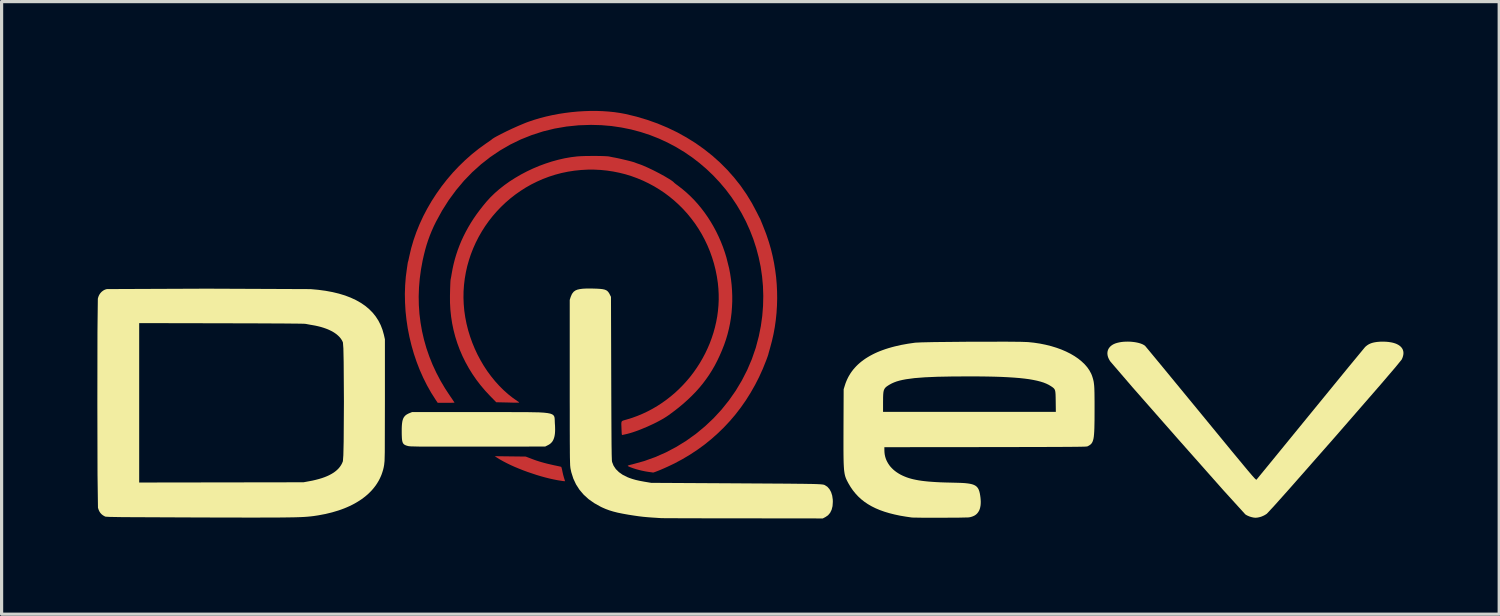
<source format=kicad_pcb>
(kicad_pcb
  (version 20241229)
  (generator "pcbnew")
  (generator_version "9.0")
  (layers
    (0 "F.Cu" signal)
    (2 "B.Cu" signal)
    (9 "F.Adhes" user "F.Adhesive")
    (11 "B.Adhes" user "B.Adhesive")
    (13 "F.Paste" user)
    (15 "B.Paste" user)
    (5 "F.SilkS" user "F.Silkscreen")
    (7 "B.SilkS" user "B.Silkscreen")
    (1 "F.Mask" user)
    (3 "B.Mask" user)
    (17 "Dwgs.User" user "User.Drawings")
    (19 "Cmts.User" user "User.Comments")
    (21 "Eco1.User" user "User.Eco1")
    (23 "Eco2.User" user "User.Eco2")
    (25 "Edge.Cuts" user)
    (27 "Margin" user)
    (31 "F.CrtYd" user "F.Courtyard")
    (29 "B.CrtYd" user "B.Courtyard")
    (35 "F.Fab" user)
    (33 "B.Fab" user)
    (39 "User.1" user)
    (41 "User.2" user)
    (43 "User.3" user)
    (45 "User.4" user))
  (footprint "logo_full"
    (layer "F.Cu")
    (at 15.449 5.994)
    (property "Reference" "logo_full" (at 1.092 0.914 0) (layer "User.1") (effects (font (size 1.5 1.5) (thickness 0.3))))
    (attr board_only exclude_from_pos_files exclude_from_bom)
    (fp_poly (pts (xy -2.514 5.253) (xy -2.029 5.259) (xy -1.846 5.329) (xy -1.769 5.358) (xy -1.689 5.386) (xy -1.608 5.412) (xy -1.524 5.437) (xy -1.436 5.461) (xy -1.343 5.485) (xy -1.244 5.508) (xy -1.138 5.532) (xy -0.991 5.563) (xy -0.922 5.579) (xy -0.921 5.579) (xy -0.92 5.58) (xy -0.919 5.581) (xy -0.918 5.582) (xy -0.916 5.586) (xy -0.914 5.59) (xy -0.912 5.596) (xy -0.91 5.602) (xy -0.907 5.61) (xy -0.905 5.618) (xy -0.902 5.627) (xy -0.9 5.637) (xy -0.897 5.648) (xy -0.894 5.659) (xy -0.891 5.67) (xy -0.889 5.682) (xy -0.886 5.695) (xy -0.884 5.708) (xy -0.878 5.735) (xy -0.872 5.764) (xy -0.865 5.794) (xy -0.858 5.825) (xy -0.85 5.855) (xy -0.842 5.883) (xy -0.835 5.909) (xy -0.828 5.932) (xy -0.797 6.031) (xy -0.826 6.029) (xy -0.84 6.028) (xy -0.858 6.026) (xy -0.877 6.024) (xy -0.895 6.021) (xy -0.895 6.021) (xy -1.018 6.002) (xy -1.146 5.977) (xy -1.278 5.948) (xy -1.414 5.914) (xy -1.552 5.876) (xy -1.692 5.834) (xy -1.97 5.741) (xy -2.108 5.69) (xy -2.242 5.637) (xy -2.372 5.583) (xy -2.497 5.527) (xy -2.616 5.469) (xy -2.728 5.411) (xy -2.832 5.353) (xy -2.926 5.295) (xy -3 5.247)) (stroke (width 0) (type solid)) (fill yes) (layer "F.Cu"))
    (fp_poly (pts (xy 0.191 -5.569) (xy 0.383 -5.562) (xy 0.571 -5.549) (xy 0.754 -5.53) (xy 0.931 -5.504) (xy 1.102 -5.472) (xy 1.444 -5.389) (xy 1.776 -5.29) (xy 2.1 -5.175) (xy 2.413 -5.044) (xy 2.717 -4.898) (xy 3.009 -4.736) (xy 3.29 -4.561) (xy 3.558 -4.371) (xy 3.815 -4.167) (xy 4.058 -3.95) (xy 4.287 -3.72) (xy 4.502 -3.477) (xy 4.703 -3.223) (xy 4.888 -2.956) (xy 5.057 -2.679) (xy 5.21 -2.39) (xy 5.243 -2.324) (xy 5.271 -2.268) (xy 5.292 -2.227) (xy 5.299 -2.215) (xy 5.303 -2.208) (xy 5.314 -2.186) (xy 5.335 -2.136) (xy 5.398 -1.982) (xy 5.467 -1.806) (xy 5.497 -1.729) (xy 5.519 -1.667) (xy 5.589 -1.457) (xy 5.651 -1.243) (xy 5.704 -1.026) (xy 5.749 -0.807) (xy 5.785 -0.586) (xy 5.814 -0.363) (xy 5.833 -0.139) (xy 5.844 0.085) (xy 5.847 0.31) (xy 5.841 0.534) (xy 5.827 0.758) (xy 5.804 0.981) (xy 5.773 1.201) (xy 5.733 1.42) (xy 5.684 1.636) (xy 5.627 1.849) (xy 5.588 1.987) (xy 5.575 2.034) (xy 5.569 2.059) (xy 5.567 2.067) (xy 5.562 2.081) (xy 5.556 2.1) (xy 5.548 2.124) (xy 5.527 2.181) (xy 5.503 2.246) (xy 5.397 2.511) (xy 5.28 2.769) (xy 5.152 3.019) (xy 5.014 3.261) (xy 4.867 3.495) (xy 4.709 3.721) (xy 4.542 3.938) (xy 4.365 4.146) (xy 4.179 4.345) (xy 3.983 4.535) (xy 3.779 4.716) (xy 3.566 4.888) (xy 3.344 5.049) (xy 3.113 5.201) (xy 2.874 5.343) (xy 2.627 5.475) (xy 2.523 5.525) (xy 2.413 5.577) (xy 2.301 5.627) (xy 2.195 5.673) (xy 2.101 5.711) (xy 2.025 5.74) (xy 1.974 5.757) (xy 1.959 5.76) (xy 1.955 5.76) (xy 1.953 5.759) (xy 1.953 5.759) (xy 1.953 5.759) (xy 1.952 5.758) (xy 1.951 5.758) (xy 1.949 5.758) (xy 1.946 5.757) (xy 1.94 5.756) (xy 1.934 5.755) (xy 1.927 5.754) (xy 1.92 5.753) (xy 1.912 5.752) (xy 1.912 5.752) (xy 1.817 5.739) (xy 1.719 5.723) (xy 1.621 5.703) (xy 1.525 5.68) (xy 1.433 5.655) (xy 1.347 5.628) (xy 1.268 5.6) (xy 1.233 5.586) (xy 1.2 5.571) (xy 1.19 5.567) (xy 1.186 5.564) (xy 1.182 5.562) (xy 1.178 5.56) (xy 1.175 5.558) (xy 1.173 5.557) (xy 1.171 5.555) (xy 1.169 5.553) (xy 1.169 5.552) (xy 1.168 5.551) (xy 1.168 5.55) (xy 1.168 5.55) (xy 1.168 5.549) (xy 1.168 5.548) (xy 1.168 5.547) (xy 1.169 5.546) (xy 1.169 5.545) (xy 1.17 5.545) (xy 1.172 5.543) (xy 1.175 5.541) (xy 1.178 5.539) (xy 1.182 5.537) (xy 1.186 5.536) (xy 1.192 5.534) (xy 1.198 5.532) (xy 1.204 5.529) (xy 1.22 5.525) (xy 1.239 5.52) (xy 1.261 5.514) (xy 1.286 5.508) (xy 1.315 5.501) (xy 1.675 5.401) (xy 2.025 5.276) (xy 2.364 5.127) (xy 2.691 4.954) (xy 3.005 4.76) (xy 3.304 4.545) (xy 3.588 4.31) (xy 3.856 4.057) (xy 4.106 3.786) (xy 4.337 3.498) (xy 4.549 3.195) (xy 4.739 2.878) (xy 4.908 2.548) (xy 5.054 2.206) (xy 5.176 1.853) (xy 5.272 1.49) (xy 5.336 1.171) (xy 5.38 0.854) (xy 5.405 0.539) (xy 5.412 0.226) (xy 5.402 -0.082) (xy 5.374 -0.387) (xy 5.33 -0.688) (xy 5.268 -0.983) (xy 5.191 -1.273) (xy 5.099 -1.557) (xy 4.991 -1.834) (xy 4.869 -2.104) (xy 4.732 -2.366) (xy 4.582 -2.62) (xy 4.418 -2.865) (xy 4.242 -3.1) (xy 4.052 -3.325) (xy 3.851 -3.54) (xy 3.638 -3.744) (xy 3.414 -3.936) (xy 3.18 -4.116) (xy 2.935 -4.283) (xy 2.68 -4.437) (xy 2.416 -4.577) (xy 2.143 -4.703) (xy 1.861 -4.814) (xy 1.571 -4.909) (xy 1.274 -4.988) (xy 0.969 -5.05) (xy 0.657 -5.096) (xy 0.339 -5.123) (xy 0.016 -5.132) (xy -0.372 -5.119) (xy -0.753 -5.08) (xy -1.125 -5.016) (xy -1.488 -4.927) (xy -1.841 -4.813) (xy -2.184 -4.676) (xy -2.515 -4.515) (xy -2.833 -4.331) (xy -3.139 -4.125) (xy -3.43 -3.897) (xy -3.707 -3.648) (xy -3.968 -3.378) (xy -4.212 -3.087) (xy -4.44 -2.777) (xy -4.649 -2.448) (xy -4.84 -2.099) (xy -4.911 -1.954) (xy -4.975 -1.81) (xy -5.033 -1.667) (xy -5.086 -1.522) (xy -5.135 -1.373) (xy -5.179 -1.219) (xy -5.22 -1.056) (xy -5.259 -0.885) (xy -5.311 -0.602) (xy -5.349 -0.321) (xy -5.373 -0.041) (xy -5.383 0.238) (xy -5.378 0.514) (xy -5.359 0.789) (xy -5.325 1.061) (xy -5.278 1.331) (xy -5.216 1.598) (xy -5.141 1.862) (xy -5.051 2.122) (xy -4.948 2.38) (xy -4.83 2.633) (xy -4.699 2.883) (xy -4.554 3.128) (xy -4.395 3.369) (xy -4.343 3.444) (xy -4.301 3.507) (xy -4.272 3.55) (xy -4.265 3.563) (xy -4.262 3.568) (xy -4.262 3.568) (xy -4.263 3.569) (xy -4.267 3.57) (xy -4.283 3.571) (xy -4.307 3.572) (xy -4.339 3.573) (xy -4.378 3.574) (xy -4.423 3.574) (xy -4.472 3.575) (xy -4.525 3.575) (xy -4.787 3.575) (xy -4.853 3.477) (xy -4.993 3.257) (xy -5.122 3.028) (xy -5.241 2.79) (xy -5.35 2.545) (xy -5.447 2.294) (xy -5.534 2.037) (xy -5.609 1.775) (xy -5.673 1.51) (xy -5.726 1.242) (xy -5.766 0.972) (xy -5.795 0.701) (xy -5.811 0.429) (xy -5.816 0.159) (xy -5.807 -0.11) (xy -5.786 -0.376) (xy -5.751 -0.638) (xy -5.736 -0.74) (xy -5.727 -0.8) (xy -5.726 -0.807) (xy -5.725 -0.814) (xy -5.723 -0.821) (xy -5.722 -0.828) (xy -5.72 -0.834) (xy -5.718 -0.841) (xy -5.717 -0.846) (xy -5.715 -0.851) (xy -5.713 -0.858) (xy -5.709 -0.87) (xy -5.705 -0.887) (xy -5.701 -0.907) (xy -5.69 -0.956) (xy -5.678 -1.013) (xy -5.618 -1.268) (xy -5.544 -1.521) (xy -5.456 -1.773) (xy -5.355 -2.022) (xy -5.241 -2.269) (xy -5.114 -2.511) (xy -4.976 -2.748) (xy -4.826 -2.979) (xy -4.666 -3.205) (xy -4.495 -3.423) (xy -4.315 -3.634) (xy -4.125 -3.835) (xy -3.926 -4.028) (xy -3.72 -4.21) (xy -3.505 -4.382) (xy -3.284 -4.542) (xy -3.215 -4.589) (xy -3.158 -4.629) (xy -3.118 -4.657) (xy -3.106 -4.666) (xy -3.101 -4.67) (xy -3.082 -4.687) (xy -3.048 -4.71) (xy -3.002 -4.739) (xy -2.944 -4.771) (xy -2.8 -4.847) (xy -2.629 -4.932) (xy -2.445 -5.019) (xy -2.259 -5.102) (xy -2.085 -5.175) (xy -2.006 -5.207) (xy -1.934 -5.233) (xy -1.755 -5.293) (xy -1.571 -5.348) (xy -1.382 -5.396) (xy -1.189 -5.439) (xy -0.994 -5.476) (xy -0.797 -5.506) (xy -0.598 -5.531) (xy -0.399 -5.55) (xy -0.201 -5.562) (xy -0.004 -5.569)) (stroke (width 0) (type solid)) (fill yes) (layer "F.Cu"))
    (fp_poly (pts (xy 0.303 -4.157) (xy 0.438 -4.153) (xy 0.54 -4.147) (xy 0.575 -4.143) (xy 0.597 -4.139) (xy 0.604 -4.137) (xy 0.617 -4.134) (xy 0.658 -4.126) (xy 0.714 -4.115) (xy 0.778 -4.103) (xy 0.857 -4.087) (xy 0.947 -4.067) (xy 1.138 -4.022) (xy 1.227 -4) (xy 1.304 -3.979) (xy 1.363 -3.962) (xy 1.399 -3.949) (xy 1.408 -3.945) (xy 1.42 -3.94) (xy 1.434 -3.935) (xy 1.449 -3.929) (xy 1.465 -3.923) (xy 1.481 -3.918) (xy 1.498 -3.912) (xy 1.513 -3.907) (xy 1.573 -3.886) (xy 1.642 -3.859) (xy 1.799 -3.79) (xy 1.973 -3.707) (xy 2.15 -3.616) (xy 2.316 -3.525) (xy 2.459 -3.44) (xy 2.517 -3.403) (xy 2.565 -3.37) (xy 2.599 -3.342) (xy 2.62 -3.321) (xy 2.621 -3.319) (xy 2.624 -3.317) (xy 2.632 -3.31) (xy 2.643 -3.301) (xy 2.658 -3.289) (xy 2.676 -3.275) (xy 2.696 -3.26) (xy 2.718 -3.244) (xy 2.741 -3.227) (xy 2.876 -3.122) (xy 3.006 -3.012) (xy 3.131 -2.896) (xy 3.251 -2.774) (xy 3.365 -2.647) (xy 3.474 -2.515) (xy 3.578 -2.378) (xy 3.676 -2.237) (xy 3.769 -2.091) (xy 3.856 -1.942) (xy 3.938 -1.789) (xy 4.013 -1.633) (xy 4.083 -1.474) (xy 4.147 -1.312) (xy 4.205 -1.147) (xy 4.256 -0.981) (xy 4.341 -0.642) (xy 4.374 -0.47) (xy 4.4 -0.297) (xy 4.42 -0.124) (xy 4.433 0.05) (xy 4.44 0.225) (xy 4.44 0.399) (xy 4.432 0.573) (xy 4.419 0.747) (xy 4.398 0.919) (xy 4.37 1.091) (xy 4.334 1.261) (xy 4.292 1.429) (xy 4.242 1.596) (xy 4.185 1.76) (xy 4.118 1.93) (xy 4.047 2.094) (xy 3.972 2.252) (xy 3.893 2.405) (xy 3.808 2.552) (xy 3.718 2.695) (xy 3.622 2.833) (xy 3.521 2.968) (xy 3.413 3.099) (xy 3.298 3.228) (xy 3.176 3.353) (xy 3.047 3.477) (xy 2.911 3.599) (xy 2.766 3.72) (xy 2.613 3.839) (xy 2.451 3.959) (xy 2.387 4.003) (xy 2.315 4.048) (xy 2.236 4.095) (xy 2.152 4.141) (xy 2.063 4.188) (xy 1.97 4.234) (xy 1.779 4.322) (xy 1.585 4.403) (xy 1.49 4.44) (xy 1.398 4.473) (xy 1.309 4.503) (xy 1.225 4.528) (xy 1.147 4.549) (xy 1.075 4.565) (xy 1.057 4.569) (xy 1.038 4.573) (xy 1.02 4.577) (xy 1.013 4.579) (xy 1.006 4.581) (xy 1.004 4.582) (xy 1.001 4.582) (xy 0.999 4.583) (xy 0.997 4.583) (xy 0.996 4.583) (xy 0.995 4.583) (xy 0.994 4.583) (xy 0.993 4.583) (xy 0.992 4.583) (xy 0.992 4.582) (xy 0.991 4.582) (xy 0.99 4.582) (xy 0.989 4.581) (xy 0.988 4.58) (xy 0.988 4.58) (xy 0.987 4.579) (xy 0.986 4.578) (xy 0.986 4.577) (xy 0.985 4.576) (xy 0.985 4.574) (xy 0.984 4.573) (xy 0.983 4.572) (xy 0.982 4.568) (xy 0.981 4.564) (xy 0.981 4.559) (xy 0.98 4.554) (xy 0.979 4.548) (xy 0.978 4.542) (xy 0.978 4.534) (xy 0.977 4.526) (xy 0.976 4.517) (xy 0.976 4.507) (xy 0.975 4.497) (xy 0.974 4.473) (xy 0.973 4.445) (xy 0.971 4.412) (xy 0.97 4.376) (xy 0.97 4.376) (xy 0.97 4.376) (xy 0.97 4.376) (xy 0.97 4.376) (xy 0.97 4.376) (xy 0.97 4.376) (xy 0.97 4.376) (xy 0.97 4.376) (xy 0.97 4.376) (xy 0.967 4.294) (xy 0.965 4.262) (xy 0.965 4.234) (xy 0.966 4.211) (xy 0.968 4.192) (xy 0.97 4.184) (xy 0.972 4.176) (xy 0.974 4.169) (xy 0.977 4.163) (xy 0.981 4.158) (xy 0.985 4.152) (xy 0.99 4.148) (xy 0.996 4.144) (xy 1.002 4.14) (xy 1.009 4.136) (xy 1.026 4.129) (xy 1.046 4.123) (xy 1.07 4.116) (xy 1.13 4.099) (xy 1.3 4.047) (xy 1.467 3.986) (xy 1.63 3.918) (xy 1.789 3.843) (xy 1.944 3.761) (xy 2.095 3.672) (xy 2.241 3.577) (xy 2.383 3.475) (xy 2.52 3.368) (xy 2.653 3.255) (xy 2.78 3.136) (xy 2.902 3.012) (xy 3.019 2.883) (xy 3.13 2.75) (xy 3.235 2.612) (xy 3.334 2.47) (xy 3.428 2.323) (xy 3.515 2.173) (xy 3.596 2.02) (xy 3.67 1.863) (xy 3.738 1.704) (xy 3.798 1.541) (xy 3.852 1.377) (xy 3.898 1.21) (xy 3.937 1.041) (xy 3.969 0.87) (xy 3.992 0.698) (xy 4.008 0.524) (xy 4.016 0.35) (xy 4.015 0.175) (xy 4.006 -0.001) (xy 3.989 -0.177) (xy 3.958 -0.385) (xy 3.917 -0.589) (xy 3.867 -0.788) (xy 3.807 -0.983) (xy 3.739 -1.173) (xy 3.662 -1.358) (xy 3.576 -1.538) (xy 3.483 -1.712) (xy 3.381 -1.881) (xy 3.272 -2.044) (xy 3.155 -2.2) (xy 3.032 -2.351) (xy 2.902 -2.494) (xy 2.765 -2.631) (xy 2.622 -2.761) (xy 2.473 -2.884) (xy 2.318 -3) (xy 2.158 -3.107) (xy 1.993 -3.207) (xy 1.822 -3.299) (xy 1.648 -3.383) (xy 1.469 -3.458) (xy 1.286 -3.525) (xy 1.099 -3.583) (xy 0.908 -3.631) (xy 0.715 -3.67) (xy 0.518 -3.7) (xy 0.319 -3.72) (xy 0.117 -3.73) (xy -0.087 -3.73) (xy -0.292 -3.719) (xy -0.5 -3.698) (xy -0.706 -3.666) (xy -0.909 -3.624) (xy -1.108 -3.571) (xy -1.301 -3.509) (xy -1.491 -3.437) (xy -1.675 -3.356) (xy -1.854 -3.267) (xy -2.027 -3.169) (xy -2.195 -3.062) (xy -2.357 -2.948) (xy -2.512 -2.827) (xy -2.661 -2.698) (xy -2.804 -2.562) (xy -2.939 -2.42) (xy -3.068 -2.271) (xy -3.189 -2.117) (xy -3.302 -1.957) (xy -3.407 -1.792) (xy -3.505 -1.621) (xy -3.594 -1.446) (xy -3.674 -1.267) (xy -3.746 -1.084) (xy -3.808 -0.897) (xy -3.862 -0.707) (xy -3.905 -0.514) (xy -3.939 -0.318) (xy -3.963 -0.12) (xy -3.977 0.081) (xy -3.98 0.283) (xy -3.972 0.486) (xy -3.954 0.691) (xy -3.924 0.896) (xy -3.884 1.099) (xy -3.834 1.299) (xy -3.774 1.495) (xy -3.705 1.689) (xy -3.627 1.878) (xy -3.541 2.062) (xy -3.446 2.241) (xy -3.344 2.415) (xy -3.234 2.582) (xy -3.116 2.742) (xy -2.992 2.895) (xy -2.862 3.039) (xy -2.725 3.176) (xy -2.583 3.303) (xy -2.435 3.42) (xy -2.281 3.528) (xy -2.256 3.544) (xy -2.247 3.55) (xy -2.243 3.553) (xy -2.24 3.556) (xy -2.238 3.558) (xy -2.237 3.56) (xy -2.237 3.561) (xy -2.237 3.562) (xy -2.238 3.563) (xy -2.238 3.564) (xy -2.239 3.565) (xy -2.241 3.565) (xy -2.244 3.567) (xy -2.249 3.568) (xy -2.255 3.569) (xy -2.262 3.569) (xy -2.271 3.57) (xy -2.294 3.571) (xy -2.323 3.571) (xy -2.36 3.57) (xy -2.458 3.569) (xy -2.592 3.565) (xy -2.953 3.557) (xy -3.146 3.36) (xy -3.298 3.197) (xy -3.441 3.028) (xy -3.575 2.854) (xy -3.699 2.674) (xy -3.813 2.49) (xy -3.917 2.302) (xy -4.012 2.109) (xy -4.097 1.912) (xy -4.171 1.712) (xy -4.236 1.508) (xy -4.29 1.3) (xy -4.334 1.09) (xy -4.367 0.877) (xy -4.39 0.661) (xy -4.402 0.443) (xy -4.403 0.223) (xy -4.398 -0.003) (xy -4.392 -0.163) (xy -4.389 -0.22) (xy -4.386 -0.263) (xy -4.382 -0.293) (xy -4.378 -0.311) (xy -4.377 -0.318) (xy -4.374 -0.33) (xy -4.371 -0.346) (xy -4.367 -0.365) (xy -4.359 -0.412) (xy -4.35 -0.466) (xy -4.322 -0.62) (xy -4.289 -0.771) (xy -4.251 -0.92) (xy -4.207 -1.068) (xy -4.158 -1.214) (xy -4.104 -1.358) (xy -4.045 -1.5) (xy -3.98 -1.641) (xy -3.909 -1.781) (xy -3.833 -1.92) (xy -3.752 -2.057) (xy -3.665 -2.193) (xy -3.572 -2.328) (xy -3.473 -2.461) (xy -3.369 -2.594) (xy -3.259 -2.727) (xy -3.135 -2.863) (xy -2.999 -2.995) (xy -2.853 -3.122) (xy -2.696 -3.245) (xy -2.532 -3.362) (xy -2.359 -3.472) (xy -2.179 -3.577) (xy -1.994 -3.674) (xy -1.804 -3.764) (xy -1.61 -3.846) (xy -1.412 -3.919) (xy -1.213 -3.984) (xy -1.013 -4.039) (xy -0.813 -4.085) (xy -0.613 -4.12) (xy -0.416 -4.144) (xy -0.308 -4.151) (xy -0.17 -4.156) (xy -0.014 -4.158) (xy 0.148 -4.159)) (stroke (width 0) (type solid)) (fill yes) (layer "F.Cu"))
    (fp_poly (pts (xy -2.514 5.253) (xy -2.029 5.259) (xy -1.846 5.329) (xy -1.769 5.358) (xy -1.689 5.386) (xy -1.608 5.412) (xy -1.524 5.437) (xy -1.436 5.461) (xy -1.343 5.485) (xy -1.244 5.508) (xy -1.138 5.532) (xy -0.991 5.563) (xy -0.922 5.579) (xy -0.921 5.579) (xy -0.92 5.58) (xy -0.919 5.581) (xy -0.918 5.582) (xy -0.916 5.586) (xy -0.914 5.59) (xy -0.912 5.596) (xy -0.91 5.602) (xy -0.907 5.61) (xy -0.905 5.618) (xy -0.902 5.627) (xy -0.9 5.637) (xy -0.897 5.648) (xy -0.894 5.659) (xy -0.891 5.67) (xy -0.889 5.682) (xy -0.886 5.695) (xy -0.884 5.708) (xy -0.878 5.735) (xy -0.872 5.764) (xy -0.865 5.794) (xy -0.858 5.825) (xy -0.85 5.855) (xy -0.842 5.883) (xy -0.835 5.909) (xy -0.828 5.932) (xy -0.797 6.031) (xy -0.826 6.029) (xy -0.84 6.028) (xy -0.858 6.026) (xy -0.877 6.024) (xy -0.895 6.021) (xy -0.895 6.021) (xy -1.018 6.002) (xy -1.146 5.977) (xy -1.278 5.948) (xy -1.414 5.914) (xy -1.552 5.876) (xy -1.692 5.834) (xy -1.97 5.741) (xy -2.108 5.69) (xy -2.242 5.637) (xy -2.372 5.583) (xy -2.497 5.527) (xy -2.616 5.469) (xy -2.728 5.411) (xy -2.832 5.353) (xy -2.926 5.295) (xy -3 5.247)) (stroke (width 0) (type solid)) (fill yes) (layer "F.Mask"))
    (fp_poly (pts (xy 0.155 -1.359) (xy 0.355 -1.327) (xy 0.453 -1.302) (xy 0.643 -1.233) (xy 0.821 -1.142) (xy 0.984 -1.031) (xy 1.131 -0.902) (xy 1.262 -0.756) (xy 1.375 -0.597) (xy 1.468 -0.425) (xy 1.54 -0.243) (xy 1.59 -0.054) (xy 1.617 0.141) (xy 1.619 0.34) (xy 1.6 0.508) (xy 1.565 0.676) (xy 1.517 0.83) (xy 1.454 0.975) (xy 1.371 1.119) (xy 1.267 1.267) (xy 1.26 1.276) (xy 1.224 1.32) (xy 1.18 1.37) (xy 1.131 1.422) (xy 1.083 1.471) (xy 1.038 1.514) (xy 1.001 1.546) (xy 0.976 1.564) (xy 0.97 1.566) (xy 0.965 1.552) (xy 0.961 1.513) (xy 0.959 1.45) (xy 0.957 1.364) (xy 0.957 1.268) (xy 0.957 0.971) (xy 1.018 0.878) (xy 1.092 0.741) (xy 1.144 0.592) (xy 1.174 0.433) (xy 1.182 0.268) (xy 1.167 0.101) (xy 1.131 -0.066) (xy 1.071 -0.229) (xy 1.051 -0.272) (xy 0.968 -0.42) (xy 0.871 -0.547) (xy 0.758 -0.656) (xy 0.625 -0.75) (xy 0.475 -0.829) (xy 0.403 -0.86) (xy 0.333 -0.883) (xy 0.259 -0.9) (xy 0.173 -0.913) (xy 0.07 -0.922) (xy 0.017 -0.926) (xy -0.051 -0.929) (xy -0.106 -0.928) (xy -0.159 -0.922) (xy -0.219 -0.91) (xy -0.271 -0.898) (xy -0.449 -0.842) (xy -0.609 -0.766) (xy -0.751 -0.668) (xy -0.875 -0.551) (xy -0.981 -0.413) (xy -1.069 -0.256) (xy -1.113 -0.152) (xy -1.156 -0.013) (xy -1.18 0.127) (xy -1.187 0.271) (xy -1.177 0.44) (xy -1.146 0.595) (xy -1.093 0.741) (xy -1.015 0.885) (xy -1.005 0.901) (xy -0.943 0.997) (xy -0.943 1.288) (xy -0.944 1.374) (xy -0.945 1.449) (xy -0.947 1.511) (xy -0.949 1.555) (xy -0.952 1.577) (xy -0.953 1.579) (xy -0.968 1.571) (xy -0.998 1.551) (xy -1.036 1.522) (xy -1.038 1.52) (xy -1.162 1.408) (xy -1.278 1.275) (xy -1.383 1.125) (xy -1.473 0.965) (xy -1.543 0.8) (xy -1.545 0.797) (xy -1.585 0.665) (xy -1.611 0.531) (xy -1.624 0.386) (xy -1.626 0.27) (xy -1.613 0.056) (xy -1.576 -0.147) (xy -1.514 -0.34) (xy -1.426 -0.526) (xy -1.312 -0.705) (xy -1.252 -0.785) (xy -1.177 -0.869) (xy -1.085 -0.955) (xy -0.983 -1.038) (xy -0.876 -1.114) (xy -0.772 -1.177) (xy -0.679 -1.222) (xy -0.464 -1.296) (xy -0.254 -1.343) (xy -0.048 -1.364)) (stroke (width 0) (type solid)) (fill yes) (layer "F.Mask"))
    (fp_poly (pts (xy 0.101 -2.768) (xy 0.215 -2.765) (xy 0.316 -2.759) (xy 0.408 -2.75) (xy 0.501 -2.737) (xy 0.598 -2.718) (xy 0.708 -2.694) (xy 0.733 -2.688) (xy 0.994 -2.613) (xy 1.248 -2.512) (xy 1.493 -2.387) (xy 1.727 -2.238) (xy 1.949 -2.067) (xy 2.135 -1.896) (xy 2.329 -1.685) (xy 2.501 -1.457) (xy 2.65 -1.216) (xy 2.777 -0.963) (xy 2.88 -0.699) (xy 2.958 -0.426) (xy 3.01 -0.147) (xy 3.018 -0.082) (xy 3.025 0.003) (xy 3.03 0.107) (xy 3.033 0.222) (xy 3.032 0.339) (xy 3.03 0.451) (xy 3.024 0.549) (xy 3.02 0.602) (xy 2.979 0.858) (xy 2.916 1.113) (xy 2.832 1.361) (xy 2.729 1.597) (xy 2.634 1.773) (xy 2.51 1.963) (xy 2.365 2.151) (xy 2.203 2.332) (xy 2.027 2.503) (xy 1.84 2.663) (xy 1.647 2.806) (xy 1.45 2.931) (xy 1.254 3.034) (xy 1.152 3.079) (xy 1.096 3.1) (xy 1.045 3.119) (xy 1.007 3.131) (xy 0.999 3.132) (xy 0.957 3.142) (xy 0.957 2.918) (xy 0.957 2.694) (xy 1.129 2.604) (xy 1.362 2.47) (xy 1.571 2.327) (xy 1.76 2.172) (xy 1.929 2.003) (xy 2.081 1.818) (xy 2.182 1.673) (xy 2.311 1.449) (xy 2.417 1.215) (xy 2.499 0.972) (xy 2.556 0.722) (xy 2.589 0.468) (xy 2.598 0.213) (xy 2.581 -0.043) (xy 2.54 -0.296) (xy 2.473 -0.544) (xy 2.405 -0.727) (xy 2.294 -0.962) (xy 2.161 -1.181) (xy 2.009 -1.385) (xy 1.839 -1.571) (xy 1.653 -1.739) (xy 1.453 -1.889) (xy 1.24 -2.019) (xy 1.016 -2.128) (xy 0.782 -2.216) (xy 0.541 -2.281) (xy 0.293 -2.323) (xy 0.042 -2.341) (xy -0.212 -2.334) (xy -0.468 -2.3) (xy -0.53 -2.288) (xy -0.79 -2.221) (xy -1.038 -2.129) (xy -1.271 -2.015) (xy -1.491 -1.878) (xy -1.694 -1.72) (xy -1.881 -1.54) (xy -2.052 -1.341) (xy -2.203 -1.121) (xy -2.326 -0.904) (xy -2.434 -0.661) (xy -2.517 -0.413) (xy -2.572 -0.161) (xy -2.601 0.095) (xy -2.604 0.353) (xy -2.58 0.613) (xy -2.53 0.872) (xy -2.452 1.131) (xy -2.409 1.247) (xy -2.306 1.47) (xy -2.179 1.683) (xy -2.03 1.886) (xy -1.862 2.075) (xy -1.676 2.247) (xy -1.476 2.402) (xy -1.263 2.535) (xy -1.096 2.62) (xy -0.957 2.684) (xy -0.957 2.912) (xy -0.957 3) (xy -0.959 3.064) (xy -0.962 3.107) (xy -0.966 3.131) (xy -0.973 3.139) (xy -0.974 3.139) (xy -0.993 3.134) (xy -1.031 3.121) (xy -1.081 3.103) (xy -1.113 3.091) (xy -1.306 3.006) (xy -1.502 2.902) (xy -1.691 2.786) (xy -1.863 2.662) (xy -1.872 2.654) (xy -1.946 2.592) (xy -2.031 2.514) (xy -2.121 2.428) (xy -2.211 2.338) (xy -2.293 2.251) (xy -2.362 2.173) (xy -2.365 2.169) (xy -2.465 2.042) (xy -2.562 1.902) (xy -2.658 1.744) (xy -2.742 1.592) (xy -2.782 1.513) (xy -2.817 1.437) (xy -2.849 1.359) (xy -2.878 1.275) (xy -2.908 1.18) (xy -2.938 1.07) (xy -2.97 0.941) (xy -2.995 0.836) (xy -3.009 0.777) (xy -3.019 0.727) (xy -3.027 0.683) (xy -3.032 0.64) (xy -3.036 0.59) (xy -3.037 0.531) (xy -3.038 0.457) (xy -3.038 0.362) (xy -3.038 0.324) (xy -3.037 0.215) (xy -3.035 0.127) (xy -3.033 0.055) (xy -3.029 -0.007) (xy -3.022 -0.066) (xy -3.014 -0.125) (xy -3.002 -0.192) (xy -3.001 -0.198) (xy -2.939 -0.49) (xy -2.858 -0.762) (xy -2.759 -1.016) (xy -2.64 -1.253) (xy -2.501 -1.476) (xy -2.34 -1.684) (xy -2.158 -1.88) (xy -1.967 -2.054) (xy -1.764 -2.213) (xy -1.555 -2.35) (xy -1.335 -2.469) (xy -1.098 -2.574) (xy -1.019 -2.605) (xy -0.951 -2.63) (xy -0.887 -2.651) (xy -0.822 -2.669) (xy -0.749 -2.687) (xy -0.66 -2.706) (xy -0.57 -2.725) (xy -0.504 -2.738) (xy -0.448 -2.748) (xy -0.398 -2.756) (xy -0.346 -2.761) (xy -0.289 -2.764) (xy -0.22 -2.766) (xy -0.134 -2.767) (xy -0.034 -2.768)) (stroke (width 0) (type solid)) (fill yes) (layer "F.Mask"))
    (fp_poly (pts (xy 0.191 -5.569) (xy 0.383 -5.562) (xy 0.571 -5.549) (xy 0.754 -5.53) (xy 0.931 -5.504) (xy 1.102 -5.472) (xy 1.444 -5.389) (xy 1.776 -5.29) (xy 2.1 -5.175) (xy 2.413 -5.044) (xy 2.717 -4.898) (xy 3.009 -4.736) (xy 3.29 -4.561) (xy 3.558 -4.371) (xy 3.815 -4.167) (xy 4.058 -3.95) (xy 4.287 -3.72) (xy 4.502 -3.477) (xy 4.703 -3.223) (xy 4.888 -2.956) (xy 5.057 -2.679) (xy 5.21 -2.39) (xy 5.243 -2.324) (xy 5.271 -2.268) (xy 5.292 -2.227) (xy 5.299 -2.215) (xy 5.303 -2.208) (xy 5.314 -2.186) (xy 5.335 -2.136) (xy 5.398 -1.982) (xy 5.467 -1.806) (xy 5.497 -1.729) (xy 5.519 -1.667) (xy 5.589 -1.457) (xy 5.651 -1.243) (xy 5.704 -1.026) (xy 5.749 -0.807) (xy 5.785 -0.586) (xy 5.814 -0.363) (xy 5.833 -0.139) (xy 5.844 0.085) (xy 5.847 0.31) (xy 5.841 0.534) (xy 5.827 0.758) (xy 5.804 0.981) (xy 5.773 1.201) (xy 5.733 1.42) (xy 5.684 1.636) (xy 5.627 1.849) (xy 5.588 1.987) (xy 5.575 2.034) (xy 5.569 2.059) (xy 5.567 2.067) (xy 5.562 2.081) (xy 5.556 2.1) (xy 5.548 2.124) (xy 5.527 2.181) (xy 5.503 2.246) (xy 5.397 2.511) (xy 5.28 2.769) (xy 5.152 3.019) (xy 5.014 3.261) (xy 4.867 3.495) (xy 4.709 3.721) (xy 4.542 3.938) (xy 4.365 4.146) (xy 4.179 4.345) (xy 3.983 4.535) (xy 3.779 4.716) (xy 3.566 4.888) (xy 3.344 5.049) (xy 3.113 5.201) (xy 2.874 5.343) (xy 2.627 5.475) (xy 2.523 5.525) (xy 2.413 5.577) (xy 2.301 5.627) (xy 2.195 5.673) (xy 2.101 5.711) (xy 2.025 5.74) (xy 1.974 5.757) (xy 1.959 5.76) (xy 1.955 5.76) (xy 1.953 5.759) (xy 1.953 5.759) (xy 1.953 5.759) (xy 1.952 5.758) (xy 1.951 5.758) (xy 1.949 5.758) (xy 1.946 5.757) (xy 1.94 5.756) (xy 1.934 5.755) (xy 1.927 5.754) (xy 1.92 5.753) (xy 1.912 5.752) (xy 1.912 5.752) (xy 1.817 5.739) (xy 1.719 5.723) (xy 1.621 5.703) (xy 1.525 5.68) (xy 1.433 5.655) (xy 1.347 5.628) (xy 1.268 5.6) (xy 1.233 5.586) (xy 1.2 5.571) (xy 1.19 5.567) (xy 1.186 5.564) (xy 1.182 5.562) (xy 1.178 5.56) (xy 1.175 5.558) (xy 1.173 5.557) (xy 1.171 5.555) (xy 1.169 5.553) (xy 1.169 5.552) (xy 1.168 5.551) (xy 1.168 5.55) (xy 1.168 5.55) (xy 1.168 5.549) (xy 1.168 5.548) (xy 1.168 5.547) (xy 1.169 5.546) (xy 1.169 5.545) (xy 1.17 5.545) (xy 1.172 5.543) (xy 1.175 5.541) (xy 1.178 5.539) (xy 1.182 5.537) (xy 1.186 5.536) (xy 1.192 5.534) (xy 1.198 5.532) (xy 1.204 5.529) (xy 1.22 5.525) (xy 1.239 5.52) (xy 1.261 5.514) (xy 1.286 5.508) (xy 1.315 5.501) (xy 1.675 5.401) (xy 2.025 5.276) (xy 2.364 5.127) (xy 2.691 4.954) (xy 3.005 4.76) (xy 3.304 4.545) (xy 3.588 4.31) (xy 3.856 4.057) (xy 4.106 3.786) (xy 4.337 3.498) (xy 4.549 3.195) (xy 4.739 2.878) (xy 4.908 2.548) (xy 5.054 2.206) (xy 5.176 1.853) (xy 5.272 1.49) (xy 5.336 1.171) (xy 5.38 0.854) (xy 5.405 0.539) (xy 5.412 0.226) (xy 5.402 -0.082) (xy 5.374 -0.387) (xy 5.33 -0.688) (xy 5.268 -0.983) (xy 5.191 -1.273) (xy 5.099 -1.557) (xy 4.991 -1.834) (xy 4.869 -2.104) (xy 4.732 -2.366) (xy 4.582 -2.62) (xy 4.418 -2.865) (xy 4.242 -3.1) (xy 4.052 -3.325) (xy 3.851 -3.54) (xy 3.638 -3.744) (xy 3.414 -3.936) (xy 3.18 -4.116) (xy 2.935 -4.283) (xy 2.68 -4.437) (xy 2.416 -4.577) (xy 2.143 -4.703) (xy 1.861 -4.814) (xy 1.571 -4.909) (xy 1.274 -4.988) (xy 0.969 -5.05) (xy 0.657 -5.096) (xy 0.339 -5.123) (xy 0.016 -5.132) (xy -0.372 -5.119) (xy -0.753 -5.08) (xy -1.125 -5.016) (xy -1.488 -4.927) (xy -1.841 -4.813) (xy -2.184 -4.676) (xy -2.515 -4.515) (xy -2.833 -4.331) (xy -3.139 -4.125) (xy -3.43 -3.897) (xy -3.707 -3.648) (xy -3.968 -3.378) (xy -4.212 -3.087) (xy -4.44 -2.777) (xy -4.649 -2.448) (xy -4.84 -2.099) (xy -4.911 -1.954) (xy -4.975 -1.81) (xy -5.033 -1.667) (xy -5.086 -1.522) (xy -5.135 -1.373) (xy -5.179 -1.219) (xy -5.22 -1.056) (xy -5.259 -0.885) (xy -5.311 -0.602) (xy -5.349 -0.321) (xy -5.373 -0.041) (xy -5.383 0.238) (xy -5.378 0.514) (xy -5.359 0.789) (xy -5.325 1.061) (xy -5.278 1.331) (xy -5.216 1.598) (xy -5.141 1.862) (xy -5.051 2.122) (xy -4.948 2.38) (xy -4.83 2.633) (xy -4.699 2.883) (xy -4.554 3.128) (xy -4.395 3.369) (xy -4.343 3.444) (xy -4.301 3.507) (xy -4.272 3.55) (xy -4.265 3.563) (xy -4.262 3.568) (xy -4.262 3.568) (xy -4.263 3.569) (xy -4.267 3.57) (xy -4.283 3.571) (xy -4.307 3.572) (xy -4.339 3.573) (xy -4.378 3.574) (xy -4.423 3.574) (xy -4.472 3.575) (xy -4.525 3.575) (xy -4.787 3.575) (xy -4.853 3.477) (xy -4.993 3.257) (xy -5.122 3.028) (xy -5.241 2.79) (xy -5.35 2.545) (xy -5.447 2.294) (xy -5.534 2.037) (xy -5.609 1.775) (xy -5.673 1.51) (xy -5.726 1.242) (xy -5.766 0.972) (xy -5.795 0.701) (xy -5.811 0.429) (xy -5.816 0.159) (xy -5.807 -0.11) (xy -5.786 -0.376) (xy -5.751 -0.638) (xy -5.736 -0.74) (xy -5.727 -0.8) (xy -5.726 -0.807) (xy -5.725 -0.814) (xy -5.723 -0.821) (xy -5.722 -0.828) (xy -5.72 -0.834) (xy -5.718 -0.841) (xy -5.717 -0.846) (xy -5.715 -0.851) (xy -5.713 -0.858) (xy -5.709 -0.87) (xy -5.705 -0.887) (xy -5.701 -0.907) (xy -5.69 -0.956) (xy -5.678 -1.013) (xy -5.618 -1.268) (xy -5.544 -1.521) (xy -5.456 -1.773) (xy -5.355 -2.022) (xy -5.241 -2.269) (xy -5.114 -2.511) (xy -4.976 -2.748) (xy -4.826 -2.979) (xy -4.666 -3.205) (xy -4.495 -3.423) (xy -4.315 -3.634) (xy -4.125 -3.835) (xy -3.926 -4.028) (xy -3.72 -4.21) (xy -3.505 -4.382) (xy -3.284 -4.542) (xy -3.215 -4.589) (xy -3.158 -4.629) (xy -3.118 -4.657) (xy -3.106 -4.666) (xy -3.101 -4.67) (xy -3.082 -4.687) (xy -3.048 -4.71) (xy -3.002 -4.739) (xy -2.944 -4.771) (xy -2.8 -4.847) (xy -2.629 -4.932) (xy -2.445 -5.019) (xy -2.259 -5.102) (xy -2.085 -5.175) (xy -2.006 -5.207) (xy -1.934 -5.233) (xy -1.755 -5.293) (xy -1.571 -5.348) (xy -1.382 -5.396) (xy -1.189 -5.439) (xy -0.994 -5.476) (xy -0.797 -5.506) (xy -0.598 -5.531) (xy -0.399 -5.55) (xy -0.201 -5.562) (xy -0.004 -5.569)) (stroke (width 0) (type solid)) (fill yes) (layer "F.Mask"))
    (fp_poly (pts (xy -2.038 3.866) (xy -1.615 3.874) (xy -1.464 3.883) (xy -1.348 3.896) (xy -1.262 3.913) (xy -1.201 3.936) (xy -1.161 3.965) (xy -1.138 4) (xy -1.126 4.042) (xy -1.122 4.092) (xy -1.117 4.22) (xy -1.112 4.293) (xy -1.11 4.36) (xy -1.109 4.424) (xy -1.111 4.483) (xy -1.115 4.537) (xy -1.122 4.587) (xy -1.131 4.634) (xy -1.143 4.676) (xy -1.157 4.715) (xy -1.174 4.751) (xy -1.193 4.783) (xy -1.216 4.812) (xy -1.241 4.838) (xy -1.269 4.862) (xy -1.3 4.883) (xy -1.333 4.901) (xy -1.421 4.945) (xy -3.533 4.947) (xy -5.351 4.946) (xy -5.634 4.939) (xy -5.694 4.933) (xy -5.73 4.925) (xy -5.73 4.925) (xy -5.76 4.916) (xy -5.773 4.912) (xy -5.786 4.907) (xy -5.798 4.902) (xy -5.809 4.897) (xy -5.82 4.891) (xy -5.829 4.885) (xy -5.838 4.879) (xy -5.847 4.872) (xy -5.855 4.864) (xy -5.862 4.856) (xy -5.868 4.847) (xy -5.874 4.837) (xy -5.88 4.826) (xy -5.885 4.815) (xy -5.889 4.802) (xy -5.893 4.789) (xy -5.897 4.774) (xy -5.9 4.758) (xy -5.903 4.741) (xy -5.905 4.722) (xy -5.907 4.703) (xy -5.909 4.681) (xy -5.911 4.634) (xy -5.913 4.581) (xy -5.914 4.52) (xy -5.914 4.452) (xy -5.914 4.386) (xy -5.912 4.326) (xy -5.909 4.271) (xy -5.904 4.221) (xy -5.898 4.176) (xy -5.89 4.135) (xy -5.879 4.099) (xy -5.867 4.066) (xy -5.852 4.037) (xy -5.834 4.01) (xy -5.814 3.987) (xy -5.792 3.965) (xy -5.766 3.946) (xy -5.737 3.929) (xy -5.705 3.912) (xy -5.669 3.897) (xy -5.591 3.865) (xy -3.499 3.865)) (stroke (width 0) (type solid)) (fill yes) (layer "F.SilkS"))
    (fp_poly (pts (xy 16.91 1.66) (xy 16.982 1.666) (xy 17.052 1.675) (xy 17.119 1.687) (xy 17.182 1.702) (xy 17.24 1.72) (xy 17.292 1.741) (xy 17.337 1.765) (xy 17.356 1.778) (xy 17.374 1.792) (xy 17.519 1.966) (xy 17.897 2.423) (xy 19.12 3.91) (xy 20.082 5.081) (xy 20.599 5.704) (xy 20.735 5.863) (xy 20.813 5.949) (xy 20.85 5.981) (xy 20.859 5.984) (xy 20.864 5.981) (xy 21.367 5.367) (xy 22.544 3.926) (xy 23.732 2.473) (xy 24.262 1.831) (xy 24.284 1.81) (xy 24.308 1.79) (xy 24.333 1.771) (xy 24.359 1.754) (xy 24.387 1.738) (xy 24.417 1.724) (xy 24.448 1.711) (xy 24.481 1.7) (xy 24.516 1.69) (xy 24.553 1.682) (xy 24.592 1.675) (xy 24.633 1.669) (xy 24.676 1.665) (xy 24.721 1.661) (xy 24.769 1.659) (xy 24.819 1.659) (xy 24.915 1.661) (xy 25.003 1.669) (xy 25.085 1.682) (xy 25.123 1.69) (xy 25.159 1.699) (xy 25.193 1.71) (xy 25.226 1.721) (xy 25.256 1.734) (xy 25.284 1.748) (xy 25.311 1.763) (xy 25.335 1.779) (xy 25.358 1.796) (xy 25.378 1.814) (xy 25.396 1.833) (xy 25.413 1.853) (xy 25.427 1.874) (xy 25.439 1.896) (xy 25.449 1.918) (xy 25.456 1.942) (xy 25.462 1.967) (xy 25.465 1.992) (xy 25.466 2.018) (xy 25.465 2.045) (xy 25.461 2.073) (xy 25.455 2.102) (xy 25.447 2.131) (xy 25.437 2.161) (xy 25.424 2.192) (xy 25.409 2.223) (xy 25.214 2.462) (xy 24.74 3.016) (xy 23.32 4.648) (xy 21.889 6.274) (xy 21.4 6.821) (xy 21.186 7.05) (xy 21.162 7.066) (xy 21.137 7.082) (xy 21.111 7.097) (xy 21.085 7.11) (xy 21.058 7.122) (xy 21.03 7.134) (xy 21.003 7.144) (xy 20.975 7.152) (xy 20.948 7.159) (xy 20.92 7.165) (xy 20.893 7.17) (xy 20.867 7.173) (xy 20.841 7.174) (xy 20.816 7.174) (xy 20.792 7.172) (xy 20.769 7.169) (xy 20.75 7.165) (xy 20.732 7.161) (xy 20.714 7.157) (xy 20.696 7.152) (xy 20.679 7.147) (xy 20.662 7.142) (xy 20.645 7.136) (xy 20.629 7.13) (xy 20.613 7.123) (xy 20.597 7.116) (xy 20.581 7.109) (xy 20.566 7.102) (xy 20.552 7.094) (xy 20.538 7.086) (xy 20.524 7.077) (xy 20.511 7.068) (xy 19.834 6.323) (xy 18.418 4.725) (xy 16.991 3.102) (xy 16.286 2.282) (xy 16.272 2.261) (xy 16.259 2.241) (xy 16.248 2.22) (xy 16.237 2.2) (xy 16.228 2.18) (xy 16.219 2.16) (xy 16.212 2.14) (xy 16.206 2.12) (xy 16.201 2.1) (xy 16.197 2.081) (xy 16.195 2.062) (xy 16.193 2.043) (xy 16.192 2.024) (xy 16.193 2.005) (xy 16.195 1.987) (xy 16.197 1.969) (xy 16.201 1.952) (xy 16.206 1.934) (xy 16.212 1.917) (xy 16.219 1.901) (xy 16.227 1.885) (xy 16.236 1.869) (xy 16.247 1.854) (xy 16.258 1.839) (xy 16.27 1.824) (xy 16.284 1.811) (xy 16.298 1.797) (xy 16.314 1.784) (xy 16.331 1.772) (xy 16.348 1.76) (xy 16.367 1.749) (xy 16.387 1.738) (xy 16.437 1.716) (xy 16.494 1.698) (xy 16.556 1.683) (xy 16.623 1.671) (xy 16.692 1.663) (xy 16.764 1.659) (xy 16.837 1.658)) (stroke (width 0) (type solid)) (fill yes) (layer "F.SilkS"))
    (fp_poly (pts (xy 0.081 -0.004) (xy 0.204 -0.000172) (xy 0.303 0.006) (xy 0.382 0.015) (xy 0.443 0.029) (xy 0.491 0.048) (xy 0.529 0.074) (xy 0.56 0.108) (xy 0.588 0.151) (xy 0.607 0.188) (xy 0.641 0.256) (xy 0.649 2.807) (xy 0.65 3.123) (xy 0.651 3.413) (xy 0.652 3.677) (xy 0.653 3.918) (xy 0.654 4.137) (xy 0.655 4.333) (xy 0.656 4.509) (xy 0.657 4.666) (xy 0.658 4.804) (xy 0.659 4.925) (xy 0.661 5.03) (xy 0.662 5.12) (xy 0.663 5.196) (xy 0.665 5.26) (xy 0.667 5.311) (xy 0.668 5.352) (xy 0.67 5.383) (xy 0.673 5.406) (xy 0.675 5.422) (xy 0.676 5.428) (xy 0.722 5.545) (xy 0.793 5.651) (xy 0.889 5.746) (xy 1.008 5.83) (xy 1.152 5.902) (xy 1.213 5.927) (xy 1.312 5.961) (xy 1.417 5.991) (xy 1.536 6.018) (xy 1.674 6.044) (xy 1.703 6.049) (xy 1.9 6.082) (xy 4.355 6.096) (xy 4.686 6.098) (xy 4.99 6.1) (xy 5.27 6.102) (xy 5.525 6.103) (xy 5.758 6.105) (xy 5.969 6.106) (xy 6.16 6.108) (xy 6.331 6.109) (xy 6.484 6.111) (xy 6.62 6.112) (xy 6.74 6.114) (xy 6.845 6.116) (xy 6.935 6.117) (xy 7.013 6.119) (xy 7.08 6.121) (xy 7.136 6.124) (xy 7.182 6.126) (xy 7.22 6.129) (xy 7.25 6.132) (xy 7.275 6.135) (xy 7.294 6.138) (xy 7.31 6.142) (xy 7.322 6.146) (xy 7.333 6.15) (xy 7.341 6.154) (xy 7.42 6.205) (xy 7.485 6.279) (xy 7.536 6.372) (xy 7.571 6.482) (xy 7.589 6.607) (xy 7.591 6.678) (xy 7.582 6.81) (xy 7.553 6.925) (xy 7.506 7.021) (xy 7.441 7.098) (xy 7.362 7.152) (xy 7.277 7.197) (xy 4.778 7.194) (xy 4.519 7.194) (xy 4.266 7.194) (xy 4.022 7.193) (xy 3.787 7.193) (xy 3.563 7.193) (xy 3.352 7.192) (xy 3.154 7.192) (xy 2.971 7.191) (xy 2.805 7.191) (xy 2.657 7.19) (xy 2.527 7.19) (xy 2.419 7.189) (xy 2.332 7.189) (xy 2.269 7.188) (xy 2.23 7.188) (xy 2.218 7.188) (xy 2.184 7.185) (xy 2.129 7.182) (xy 2.059 7.177) (xy 1.98 7.172) (xy 1.933 7.169) (xy 1.786 7.158) (xy 1.645 7.145) (xy 1.504 7.128) (xy 1.353 7.106) (xy 1.187 7.08) (xy 1.009 7.048) (xy 0.852 7.016) (xy 0.714 6.981) (xy 0.589 6.943) (xy 0.473 6.9) (xy 0.361 6.851) (xy 0.314 6.828) (xy 0.114 6.716) (xy -0.063 6.591) (xy -0.216 6.451) (xy -0.346 6.298) (xy -0.454 6.13) (xy -0.539 5.948) (xy -0.602 5.75) (xy -0.627 5.635) (xy -0.629 5.618) (xy -0.632 5.599) (xy -0.634 5.576) (xy -0.637 5.549) (xy -0.639 5.516) (xy -0.64 5.476) (xy -0.642 5.428) (xy -0.643 5.371) (xy -0.645 5.303) (xy -0.646 5.223) (xy -0.647 5.13) (xy -0.647 5.024) (xy -0.648 4.902) (xy -0.649 4.763) (xy -0.649 4.607) (xy -0.65 4.432) (xy -0.65 4.236) (xy -0.65 4.02) (xy -0.65 3.781) (xy -0.651 3.519) (xy -0.651 3.231) (xy -0.651 2.929) (xy -0.651 0.351) (xy -0.621 0.256) (xy -0.581 0.164) (xy -0.528 0.095) (xy -0.47 0.054) (xy -0.412 0.03) (xy -0.338 0.013) (xy -0.248 0.001) (xy -0.137 -0.005) (xy -0.003 -0.006)) (stroke (width 0) (type solid)) (fill yes) (layer "F.SilkS"))
    (fp_poly (pts (xy -8.771 0.013) (xy -8.529 0.035) (xy -8.299 0.066) (xy -8.083 0.106) (xy -7.88 0.155) (xy -7.689 0.213) (xy -7.512 0.281) (xy -7.348 0.357) (xy -7.198 0.442) (xy -7.06 0.536) (xy -6.936 0.639) (xy -6.825 0.751) (xy -6.728 0.872) (xy -6.644 1.002) (xy -6.574 1.14) (xy -6.517 1.287) (xy -6.473 1.443) (xy -6.441 1.585) (xy -6.441 3.481) (xy -6.445 5.117) (xy -6.452 5.397) (xy -6.466 5.525) (xy -6.48 5.6) (xy -6.498 5.674) (xy -6.52 5.746) (xy -6.544 5.817) (xy -6.573 5.887) (xy -6.604 5.954) (xy -6.639 6.021) (xy -6.678 6.085) (xy -6.719 6.148) (xy -6.764 6.209) (xy -6.812 6.269) (xy -6.863 6.327) (xy -6.918 6.383) (xy -6.975 6.438) (xy -7.036 6.49) (xy -7.1 6.541) (xy -7.167 6.591) (xy -7.237 6.638) (xy -7.31 6.683) (xy -7.385 6.727) (xy -7.464 6.769) (xy -7.546 6.809) (xy -7.631 6.847) (xy -7.718 6.883) (xy -7.809 6.917) (xy -7.902 6.949) (xy -8.097 7.007) (xy -8.302 7.057) (xy -8.519 7.098) (xy -8.601 7.111) (xy -8.682 7.123) (xy -8.768 7.133) (xy -8.862 7.142) (xy -8.971 7.15) (xy -9.1 7.156) (xy -9.254 7.161) (xy -9.439 7.164) (xy -9.66 7.167) (xy -9.923 7.169) (xy -10.594 7.17) (xy -11.495 7.169) (xy -12.668 7.165) (xy -12.668 7.165) (xy -14.653 7.156) (xy -15.063 7.149) (xy -15.196 7.141) (xy -15.22 7.13) (xy -15.242 7.118) (xy -15.262 7.106) (xy -15.282 7.093) (xy -15.3 7.079) (xy -15.317 7.065) (xy -15.332 7.049) (xy -15.347 7.033) (xy -15.361 7.016) (xy -15.373 6.997) (xy -15.385 6.978) (xy -15.395 6.957) (xy -15.405 6.935) (xy -15.414 6.911) (xy -15.422 6.887) (xy -15.43 6.861) (xy -15.444 5.819) (xy -15.449 3.603) (xy -15.446 1.38) (xy -15.443 1.078) (xy -14.139 1.078) (xy -14.139 6.072) (xy -11.565 6.068) (xy -8.991 6.064) (xy -8.823 6.033) (xy -8.823 6.033) (xy -8.711 6.012) (xy -8.605 5.987) (xy -8.506 5.961) (xy -8.413 5.933) (xy -8.326 5.902) (xy -8.245 5.869) (xy -8.17 5.833) (xy -8.101 5.795) (xy -8.037 5.755) (xy -7.98 5.712) (xy -7.929 5.667) (xy -7.883 5.62) (xy -7.843 5.569) (xy -7.809 5.517) (xy -7.78 5.461) (xy -7.757 5.404) (xy -7.743 5.214) (xy -7.733 4.787) (xy -7.725 3.54) (xy -7.733 2.295) (xy -7.742 1.871) (xy -7.756 1.685) (xy -7.766 1.661) (xy -7.777 1.637) (xy -7.79 1.613) (xy -7.805 1.59) (xy -7.82 1.567) (xy -7.838 1.544) (xy -7.856 1.522) (xy -7.876 1.501) (xy -7.897 1.48) (xy -7.92 1.459) (xy -7.943 1.439) (xy -7.968 1.419) (xy -7.995 1.4) (xy -8.022 1.381) (xy -8.051 1.363) (xy -8.081 1.345) (xy -8.112 1.328) (xy -8.145 1.312) (xy -8.178 1.296) (xy -8.213 1.28) (xy -8.249 1.265) (xy -8.286 1.251) (xy -8.363 1.224) (xy -8.445 1.199) (xy -8.531 1.177) (xy -8.621 1.157) (xy -8.715 1.14) (xy -8.775 1.13) (xy -8.835 1.119) (xy -8.887 1.109) (xy -8.924 1.102) (xy -8.978 1.098) (xy -9.108 1.095) (xy -9.601 1.09) (xy -10.415 1.086) (xy -11.565 1.083) (xy -14.139 1.078) (xy -15.443 1.078) (xy -15.434 0.315) (xy -15.427 0.287) (xy -15.419 0.26) (xy -15.409 0.233) (xy -15.397 0.207) (xy -15.384 0.183) (xy -15.369 0.159) (xy -15.352 0.137) (xy -15.334 0.117) (xy -15.315 0.097) (xy -15.294 0.08) (xy -15.272 0.064) (xy -15.25 0.049) (xy -15.226 0.037) (xy -15.202 0.027) (xy -15.189 0.022) (xy -15.176 0.019) (xy -15.163 0.015) (xy -15.15 0.012) (xy -12.024 -0.001)) (stroke (width 0) (type solid)) (fill yes) (layer "F.SilkS"))
    (fp_poly (pts (xy 13.472 1.664) (xy 13.705 1.672) (xy 13.895 1.692) (xy 14.08 1.72) (xy 14.258 1.756) (xy 14.43 1.799) (xy 14.594 1.849) (xy 14.75 1.905) (xy 14.896 1.968) (xy 15.034 2.037) (xy 15.162 2.112) (xy 15.279 2.192) (xy 15.384 2.277) (xy 15.478 2.366) (xy 15.56 2.46) (xy 15.628 2.558) (xy 15.683 2.66) (xy 15.705 2.712) (xy 15.723 2.765) (xy 15.734 2.801) (xy 15.744 2.835) (xy 15.752 2.869) (xy 15.76 2.903) (xy 15.766 2.94) (xy 15.771 2.979) (xy 15.776 3.022) (xy 15.78 3.071) (xy 15.783 3.126) (xy 15.785 3.188) (xy 15.787 3.26) (xy 15.788 3.342) (xy 15.79 3.54) (xy 15.79 3.792) (xy 15.789 4.117) (xy 15.784 4.368) (xy 15.78 4.469) (xy 15.774 4.556) (xy 15.767 4.63) (xy 15.757 4.693) (xy 15.744 4.745) (xy 15.729 4.788) (xy 15.711 4.824) (xy 15.69 4.854) (xy 15.665 4.879) (xy 15.637 4.9) (xy 15.604 4.92) (xy 15.567 4.939) (xy 15.555 4.942) (xy 15.532 4.944) (xy 15.493 4.947) (xy 15.436 4.949) (xy 15.259 4.952) (xy 14.977 4.955) (xy 14.569 4.957) (xy 14.013 4.959) (xy 12.366 4.962) (xy 9.205 4.965) (xy 9.206 5.07) (xy 9.209 5.131) (xy 9.216 5.192) (xy 9.228 5.251) (xy 9.245 5.309) (xy 9.266 5.365) (xy 9.292 5.419) (xy 9.322 5.472) (xy 9.356 5.524) (xy 9.394 5.573) (xy 9.437 5.62) (xy 9.483 5.665) (xy 9.534 5.708) (xy 9.588 5.748) (xy 9.646 5.786) (xy 9.708 5.822) (xy 9.774 5.855) (xy 9.836 5.882) (xy 9.901 5.908) (xy 9.968 5.931) (xy 10.04 5.952) (xy 10.115 5.971) (xy 10.196 5.988) (xy 10.282 6.004) (xy 10.375 6.018) (xy 10.474 6.03) (xy 10.581 6.041) (xy 10.696 6.05) (xy 10.82 6.058) (xy 10.954 6.065) (xy 11.097 6.07) (xy 11.418 6.078) (xy 11.535 6.081) (xy 11.64 6.085) (xy 11.732 6.091) (xy 11.814 6.1) (xy 11.886 6.111) (xy 11.948 6.125) (xy 11.976 6.134) (xy 12.001 6.143) (xy 12.025 6.154) (xy 12.047 6.165) (xy 12.067 6.178) (xy 12.085 6.192) (xy 12.102 6.207) (xy 12.117 6.224) (xy 12.13 6.241) (xy 12.143 6.261) (xy 12.154 6.281) (xy 12.164 6.304) (xy 12.181 6.353) (xy 12.195 6.409) (xy 12.206 6.472) (xy 12.216 6.543) (xy 12.222 6.612) (xy 12.225 6.677) (xy 12.223 6.738) (xy 12.218 6.794) (xy 12.208 6.847) (xy 12.202 6.872) (xy 12.195 6.896) (xy 12.187 6.919) (xy 12.178 6.941) (xy 12.168 6.961) (xy 12.156 6.981) (xy 12.144 7) (xy 12.131 7.018) (xy 12.117 7.035) (xy 12.102 7.051) (xy 12.086 7.066) (xy 12.069 7.08) (xy 12.051 7.093) (xy 12.032 7.105) (xy 12.011 7.115) (xy 11.99 7.125) (xy 11.968 7.134) (xy 11.945 7.142) (xy 11.921 7.149) (xy 11.896 7.156) (xy 11.843 7.165) (xy 11.542 7.172) (xy 10.959 7.175) (xy 10.376 7.174) (xy 10.075 7.169) (xy 10.075 7.169) (xy 9.881 7.141) (xy 9.697 7.11) (xy 9.524 7.073) (xy 9.361 7.032) (xy 9.208 6.986) (xy 9.065 6.935) (xy 8.93 6.878) (xy 8.805 6.816) (xy 8.688 6.748) (xy 8.579 6.674) (xy 8.478 6.594) (xy 8.385 6.508) (xy 8.299 6.415) (xy 8.219 6.316) (xy 8.146 6.21) (xy 8.079 6.097) (xy 8.052 6.046) (xy 8.027 5.998) (xy 8.017 5.975) (xy 8.006 5.952) (xy 7.997 5.928) (xy 7.988 5.904) (xy 7.98 5.879) (xy 7.973 5.853) (xy 7.966 5.825) (xy 7.96 5.796) (xy 7.955 5.764) (xy 7.95 5.73) (xy 7.945 5.693) (xy 7.941 5.653) (xy 7.938 5.609) (xy 7.935 5.562) (xy 7.93 5.456) (xy 7.927 5.332) (xy 7.925 5.187) (xy 7.924 5.019) (xy 7.924 4.825) (xy 7.925 4.351) (xy 7.927 3.858) (xy 9.164 3.858) (xy 14.577 3.858) (xy 14.573 3.531) (xy 14.571 3.404) (xy 14.568 3.308) (xy 14.565 3.27) (xy 14.562 3.237) (xy 14.557 3.208) (xy 14.551 3.184) (xy 14.543 3.164) (xy 14.533 3.146) (xy 14.521 3.129) (xy 14.507 3.115) (xy 14.49 3.1) (xy 14.471 3.085) (xy 14.423 3.053) (xy 14.355 3.012) (xy 14.279 2.975) (xy 14.194 2.941) (xy 14.098 2.911) (xy 13.99 2.883) (xy 13.871 2.858) (xy 13.74 2.835) (xy 13.595 2.816) (xy 13.437 2.799) (xy 13.264 2.785) (xy 13.075 2.773) (xy 12.87 2.763) (xy 12.649 2.756) (xy 12.41 2.751) (xy 12.153 2.748) (xy 11.877 2.747) (xy 11.324 2.75) (xy 10.858 2.759) (xy 10.469 2.776) (xy 10.148 2.801) (xy 9.887 2.836) (xy 9.776 2.857) (xy 9.677 2.88) (xy 9.588 2.906) (xy 9.508 2.936) (xy 9.436 2.968) (xy 9.372 3.003) (xy 9.337 3.024) (xy 9.306 3.044) (xy 9.292 3.054) (xy 9.279 3.063) (xy 9.267 3.072) (xy 9.256 3.082) (xy 9.246 3.091) (xy 9.236 3.101) (xy 9.228 3.111) (xy 9.22 3.122) (xy 9.212 3.133) (xy 9.206 3.144) (xy 9.2 3.157) (xy 9.194 3.17) (xy 9.189 3.183) (xy 9.185 3.198) (xy 9.181 3.214) (xy 9.178 3.23) (xy 9.175 3.248) (xy 9.173 3.267) (xy 9.171 3.288) (xy 9.169 3.31) (xy 9.167 3.358) (xy 9.165 3.413) (xy 9.165 3.475) (xy 9.164 3.546) (xy 9.164 3.858) (xy 7.927 3.858) (xy 7.93 3.15) (xy 7.968 3.028) (xy 7.99 2.96) (xy 8.016 2.894) (xy 8.045 2.829) (xy 8.076 2.766) (xy 8.111 2.705) (xy 8.148 2.645) (xy 8.189 2.587) (xy 8.232 2.531) (xy 8.279 2.477) (xy 8.328 2.424) (xy 8.38 2.373) (xy 8.436 2.323) (xy 8.494 2.276) (xy 8.555 2.23) (xy 8.62 2.185) (xy 8.687 2.143) (xy 8.757 2.102) (xy 8.83 2.063) (xy 8.906 2.025) (xy 8.985 1.989) (xy 9.068 1.955) (xy 9.153 1.923) (xy 9.241 1.892) (xy 9.332 1.863) (xy 9.426 1.836) (xy 9.523 1.81) (xy 9.727 1.763) (xy 9.942 1.724) (xy 10.17 1.691) (xy 10.374 1.681) (xy 10.774 1.672) (xy 11.904 1.661) (xy 13.051 1.66)) (stroke (width 0) (type solid)) (fill yes) (layer "F.SilkS"))
    (zone (net_name "") (layers "F.Cu" "F.SilkS") (hatch edge 0.5) (connect_pads) (min_thickness 0.25) (filled_areas_thickness no) (keepout (tracks not_allowed) (vias not_allowed) (pads not_allowed) (copperpour not_allowed) (footprints allowed)) (placement (enabled no)) (fill) (polygon (pts (xy 21.698 6.248) (xy 21.679 5.758) (xy 21.621 5.271) (xy 21.525 4.79) (xy 21.392 4.318) (xy 21.222 3.857) (xy 21.017 3.412) (xy 20.777 2.984) (xy 20.504 2.576) (xy 20.201 2.19) (xy 19.868 1.83) (xy 19.507 1.497) (xy 19.122 1.193) (xy 18.714 0.921) (xy 18.286 0.681) (xy 17.841 0.476) (xy 17.38 0.306) (xy 16.908 0.173) (xy 16.427 0.077) (xy 15.94 0.019) (xy 15.449 0) (xy 14.959 0.019) (xy 14.472 0.077) (xy 13.991 0.173) (xy 13.519 0.306) (xy 13.058 0.476) (xy 12.613 0.681) (xy 12.185 0.921) (xy 11.777 1.193) (xy 11.391 1.497) (xy 11.031 1.83) (xy 10.698 2.19) (xy 10.394 2.576) (xy 10.122 2.984) (xy 9.882 3.412) (xy 9.677 3.857) (xy 9.507 4.318) (xy 9.374 4.79) (xy 9.278 5.271) (xy 9.22 5.758) (xy 9.201 6.248) (xy 9.22 6.739) (xy 9.278 7.226) (xy 9.374 7.707) (xy 9.507 8.179) (xy 9.677 8.64) (xy 9.882 9.085) (xy 10.122 9.513) (xy 10.394 9.921) (xy 10.698 10.306) (xy 11.031 10.667) (xy 11.391 11) (xy 11.777 11.303) (xy 12.185 11.576) (xy 12.613 11.816) (xy 13.058 12.021) (xy 13.519 12.191) (xy 13.991 12.324) (xy 14.472 12.42) (xy 14.959 12.478) (xy 15.449 12.497) (xy 15.94 12.478) (xy 16.427 12.42) (xy 16.908 12.324) (xy 17.38 12.191) (xy 17.841 12.021) (xy 18.286 11.816) (xy 18.714 11.576) (xy 19.122 11.303) (xy 19.507 11) (xy 19.868 10.667) (xy 20.201 10.306) (xy 20.504 9.921) (xy 20.777 9.513) (xy 21.017 9.085) (xy 21.222 8.64) (xy 21.392 8.179) (xy 21.525 7.707) (xy 21.621 7.226) (xy 21.679 6.739))))
    (zone (net_name "") (layer "In1.Cu") (hatch edge 0.5) (connect_pads) (min_thickness 0.25) (filled_areas_thickness no) (keepout (tracks not_allowed) (vias not_allowed) (pads not_allowed) (copperpour not_allowed) (footprints allowed)) (placement (enabled no)) (fill) (polygon (pts (xy 17.301 6.274) (xy 17.281 6.007) (xy 17.225 5.745) (xy 17.131 5.494) (xy 17.003 5.259) (xy 16.842 5.045) (xy 16.653 4.856) (xy 16.439 4.695) (xy 16.204 4.567) (xy 15.953 4.473) (xy 15.691 4.416) (xy 15.424 4.397) (xy 15.157 4.416) (xy 14.895 4.473) (xy 14.644 4.567) (xy 14.409 4.695) (xy 14.195 4.856) (xy 14.006 5.045) (xy 13.845 5.259) (xy 13.717 5.494) (xy 13.624 5.745) (xy 13.567 6.007) (xy 13.548 6.274) (xy 13.567 6.541) (xy 13.624 6.802) (xy 13.717 7.053) (xy 13.845 7.288) (xy 14.006 7.503) (xy 14.195 7.692) (xy 14.409 7.852) (xy 14.644 7.981) (xy 14.895 8.074) (xy 15.157 8.131) (xy 15.424 8.15) (xy 15.691 8.131) (xy 15.953 8.074) (xy 16.204 7.981) (xy 16.439 7.852) (xy 16.653 7.692) (xy 16.842 7.503) (xy 17.003 7.288) (xy 17.131 7.053) (xy 17.225 6.802) (xy 17.281 6.541)))))
  (gr_rect
    (start -3 -3)
    (end 43.915 16.191)
    (stroke (width 0.1) (type default))
    (fill no)
    (layer "Edge.Cuts")))
</source>
